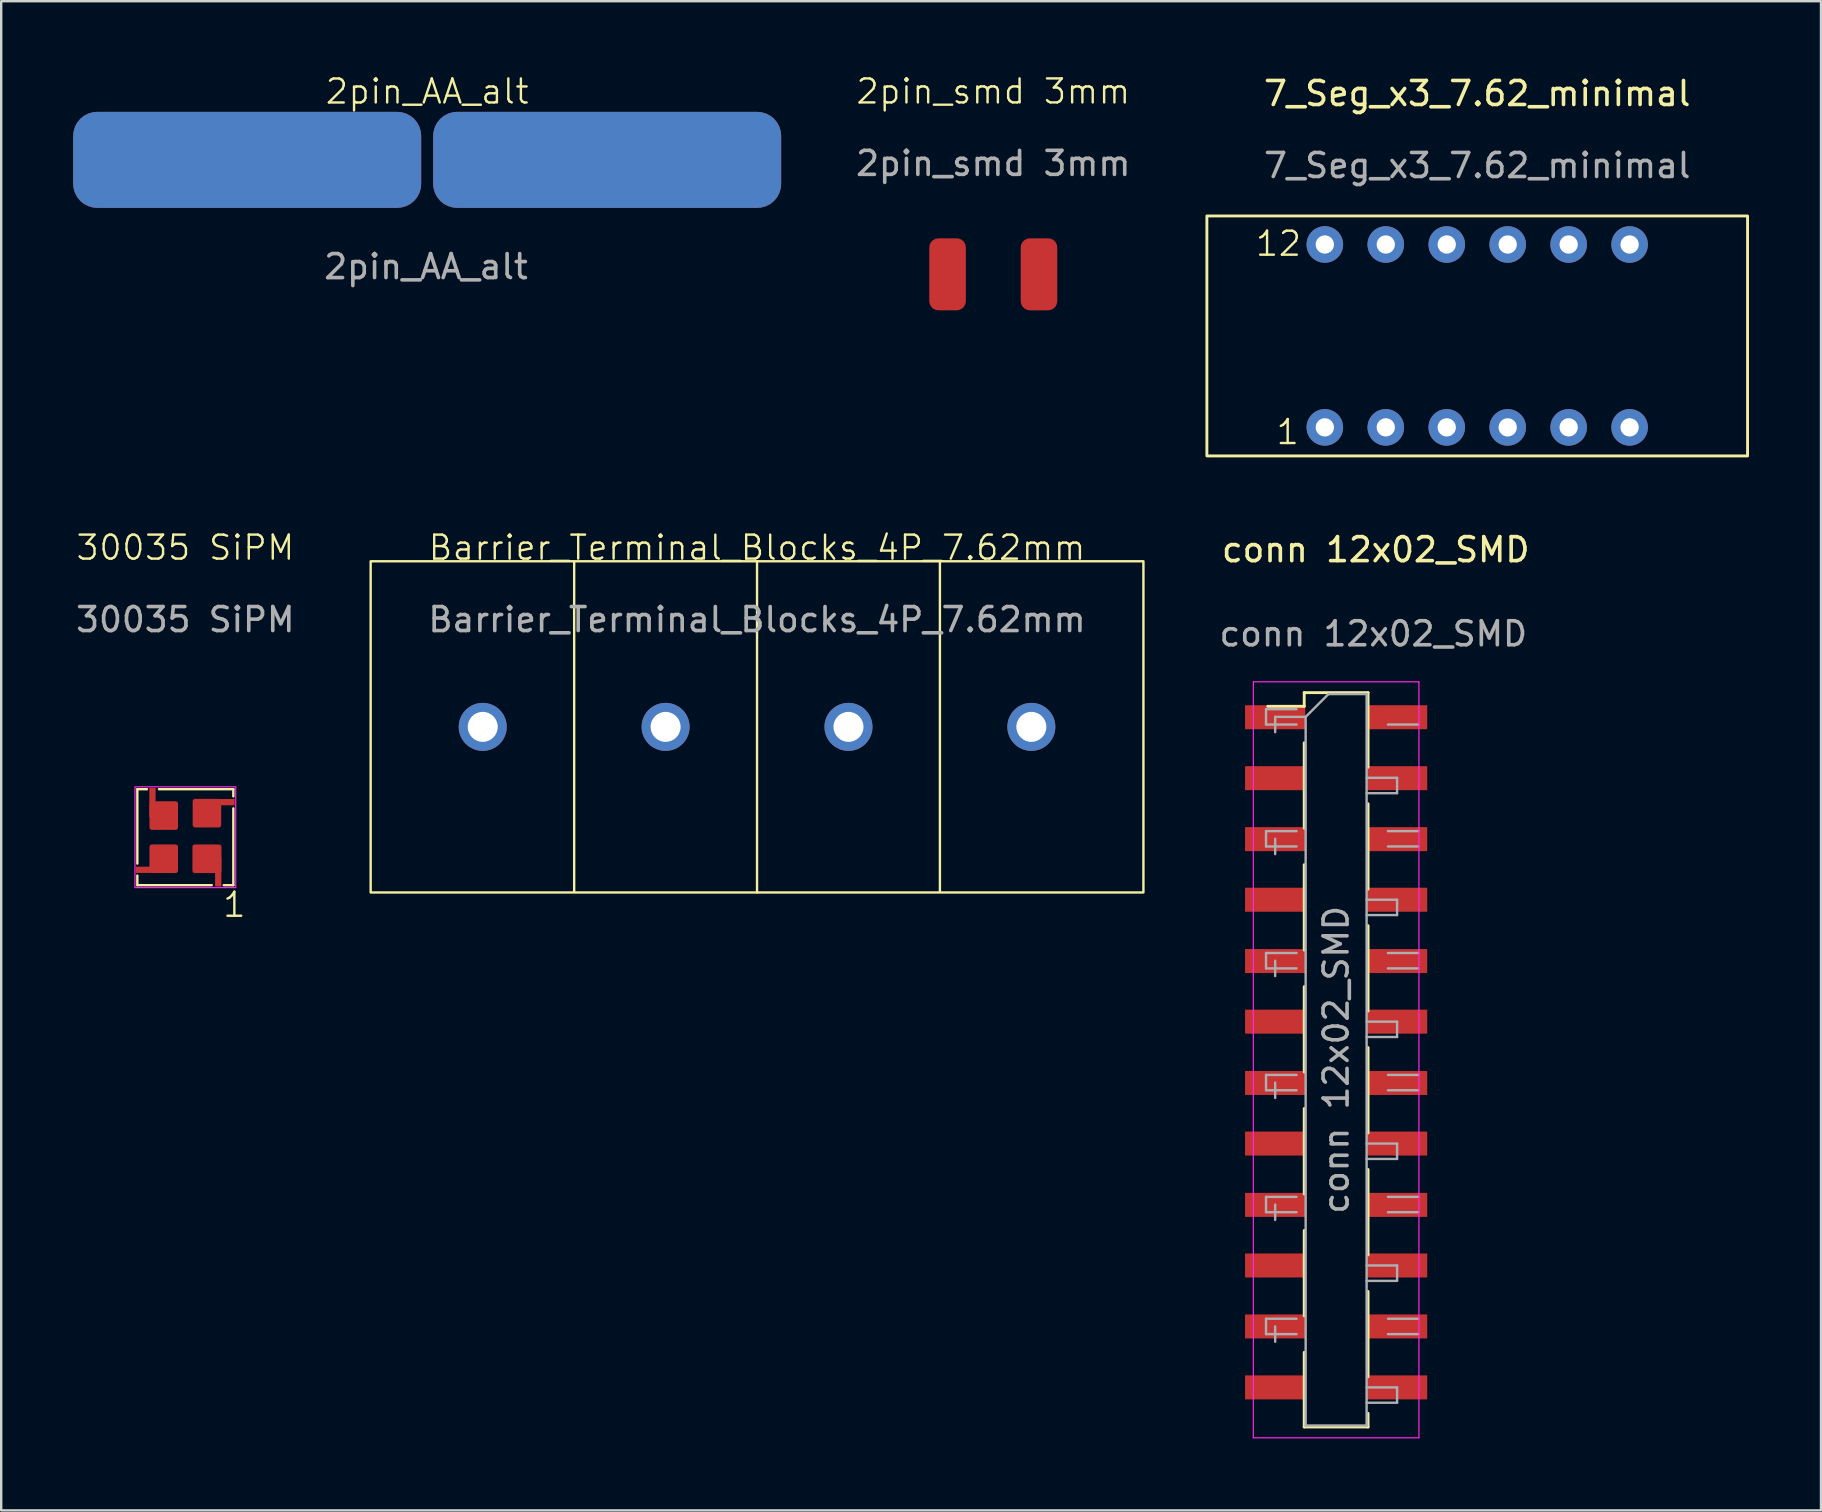
<source format=kicad_pcb>
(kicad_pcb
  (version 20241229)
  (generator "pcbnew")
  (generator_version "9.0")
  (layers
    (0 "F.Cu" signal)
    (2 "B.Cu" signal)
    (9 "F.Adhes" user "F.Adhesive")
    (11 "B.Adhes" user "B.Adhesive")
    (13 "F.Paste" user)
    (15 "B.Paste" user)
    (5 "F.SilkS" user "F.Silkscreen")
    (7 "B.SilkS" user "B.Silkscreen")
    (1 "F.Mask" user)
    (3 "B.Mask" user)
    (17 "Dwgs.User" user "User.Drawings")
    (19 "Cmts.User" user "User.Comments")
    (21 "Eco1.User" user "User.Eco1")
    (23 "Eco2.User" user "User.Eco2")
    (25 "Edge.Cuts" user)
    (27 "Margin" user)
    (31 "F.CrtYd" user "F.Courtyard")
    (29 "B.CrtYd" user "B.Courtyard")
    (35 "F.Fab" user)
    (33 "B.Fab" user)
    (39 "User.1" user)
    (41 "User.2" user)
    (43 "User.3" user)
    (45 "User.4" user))
  (footprint "Barrier_Terminal_Blocks_4P_7.62mm"
    (layer "F.Cu")
    (at 28.495 27.238)
    (property "Reference" "Barrier_Terminal_Blocks_4P_7.62mm" (at 0 -7.469 0) (unlocked yes) (layer "F.SilkS") (effects (font (size 1 1) (thickness 0.1))))
    (attr through_hole)
    (fp_line (start -7.62 -6.858) (end -7.62 6.858) (stroke (width 0.1) (type default)) (layer "F.SilkS"))
    (fp_line (start 0 -6.9) (end 0 6.9) (stroke (width 0.1) (type default)) (layer "F.SilkS"))
    (fp_line (start 7.62 -6.858) (end 7.62 6.858) (stroke (width 0.1) (type default)) (layer "F.SilkS"))
    (fp_rect (start -16.1 -6.9) (end 16.1 6.9) (stroke (width 0.1) (type default)) (fill no) (layer "F.SilkS"))
    (fp_text user "${REFERENCE}" (at 0 -4.469 0) (unlocked yes) (layer "F.Fab") (effects (font (size 1 1) (thickness 0.15))))
    (pad "1" thru_hole circle (at -11.43 0) (size 2 2) (drill 1.25) (layers "*.Cu" "*.Mask"))
    (pad "2" thru_hole circle (at -3.81 0) (size 2 2) (drill 1.25) (layers "*.Cu" "*.Mask"))
    (pad "3" thru_hole circle (at 3.81 0) (size 2 2) (drill 1.25) (layers "*.Cu" "*.Mask"))
    (pad "4" thru_hole circle (at 11.43 0) (size 2 2) (drill 1.25) (layers "*.Cu" "*.Mask")))
  (footprint "2pin_AA_alt"
    (layer "F.Cu")
    (at 14.75 3.611)
    (property "Reference" "2pin_AA_alt" (at 0 -2.85 0) (unlocked yes) (layer "F.SilkS") (effects (font (size 1 1) (thickness 0.1))))
    (attr smd)
    (fp_text user "${REFERENCE}" (at -0.05 4.45 0) (unlocked yes) (layer "F.Fab") (effects (font (size 1 1) (thickness 0.15))))
    (pad "1" smd roundrect (at -7.5 0 90) (size 4 14.5) (layers "F.Cu" "F.Mask" "F.Paste") (roundrect_rratio 0.25))
    (pad "1" smd roundrect (at -7.5 0 90) (size 4 14.5) (layers "F.Mask" "B.Cu" "F.Paste") (roundrect_rratio 0.25))
    (pad "2" smd roundrect (at 7.5 0 90) (size 4 14.5) (layers "F.Cu" "F.Mask" "F.Paste") (roundrect_rratio 0.25))
    (pad "2" smd roundrect (at 7.5 0 90) (size 4 14.5) (layers "F.Mask" "B.Cu" "F.Paste") (roundrect_rratio 0.25)))
  (footprint "30035 SiPM"
    (layer "F.Cu")
    (at 4.673 31.834)
    (property "Reference" "30035 SiPM" (at 0 -12.065 0) (unlocked yes) (layer "F.SilkS") (effects (font (size 1 1) (thickness 0.1))))
    (attr smd)
    (fp_line (start -2 -2) (end -2 1.1) (stroke (width 0.1) (type default)) (layer "F.SilkS"))
    (fp_line (start -2 1.6) (end -2 2) (stroke (width 0.1) (type default)) (layer "F.SilkS"))
    (fp_line (start -2 2) (end 1.1 2) (stroke (width 0.1) (type default)) (layer "F.SilkS"))
    (fp_line (start -1.6 -2) (end -2 -2) (stroke (width 0.1) (type default)) (layer "F.SilkS"))
    (fp_line (start 1.6 2) (end 2 2) (stroke (width 0.1) (type default)) (layer "F.SilkS"))
    (fp_line (start 2 -2) (end -1.1 -2) (stroke (width 0.1) (type default)) (layer "F.SilkS"))
    (fp_line (start 2 -2) (end 2 -1.7) (stroke (width 0.1) (type default)) (layer "F.SilkS"))
    (fp_line (start 2 2) (end 2 -1.2) (stroke (width 0.1) (type default)) (layer "F.SilkS"))
    (fp_rect (start -2.1 -2.1) (end 2.1 2.1) (stroke (width 0.05) (type default)) (fill no) (layer "F.CrtYd"))
    (fp_line (start -0.4 -0.4) (end 0.4 -0.4) (stroke (width 0.1) (type default)) (layer "User.1"))
    (fp_line (start -0.4 0) (end -0.4 -0.4) (stroke (width 0.1) (type default)) (layer "User.1"))
    (fp_line (start -0.4 0.4) (end -0.4 0) (stroke (width 0.1) (type default)) (layer "User.1"))
    (fp_line (start 0.4 -0.4) (end 0.4 0.4) (stroke (width 0.1) (type default)) (layer "User.1"))
    (fp_line (start 0.4 0.4) (end -0.4 0.4) (stroke (width 0.1) (type default)) (layer "User.1"))
    (fp_text user "1" (at 1.5 3.4 0) (unlocked yes) (layer "F.SilkS") (effects (font (size 1 1) (thickness 0.1)) (justify left bottom)))
    (fp_text user "${REFERENCE}" (at 0 -9.065 0) (unlocked yes) (layer "F.Fab") (effects (font (size 1 1) (thickness 0.15))))
    (pad "1" smd roundrect (at 0.9 0.9 90) (size 1.19 1.21) (layers "F.Cu" "F.Mask" "F.Paste") (roundrect_rratio 0.084))
    (pad "1" smd roundrect (at 1.37 1.45 180) (size 0.26 1.21) (layers "F.Cu" "F.Mask" "F.Paste") (roundrect_rratio 0.084))
    (pad "2" smd roundrect (at -1.46 1.36 270) (size 0.26 1.21) (layers "F.Cu" "F.Mask" "F.Paste") (roundrect_rratio 0.084))
    (pad "2" smd roundrect (at -0.9 0.9 90) (size 1.19 1.19) (layers "F.Cu" "F.Mask" "F.Paste") (roundrect_rratio 0.084))
    (pad "3" smd roundrect (at -1.37 -1.45) (size 0.26 1.21) (layers "F.Cu" "F.Mask" "F.Paste") (roundrect_rratio 0.084))
    (pad "3" smd roundrect (at -0.9 -0.9 90) (size 1.19 1.19) (layers "F.Cu" "F.Mask" "F.Paste") (roundrect_rratio 0.084))
    (pad "4" smd roundrect (at 0.9 -1 90) (size 1.19 1.19) (layers "F.Cu" "F.Mask" "F.Paste") (roundrect_rratio 0.084))
    (pad "4" smd roundrect (at 1.45 -1.46 90) (size 0.26 1.21) (layers "F.Cu" "F.Mask" "F.Paste") (roundrect_rratio 0.084)))
  (footprint "7_Seg_x3_7.62_minimal"
    (layer "F.Cu")
    (at 58.504 10.948)
    (property "Reference" "7_Seg_x3_7.62_minimal" (at 0 -10.1 0) (unlocked yes) (layer "F.SilkS") (effects (font (size 1 1) (thickness 0.15))))
    (attr through_hole)
    (fp_rect (start -11.265 -5) (end 11.265 5) (stroke (width 0.12) (type solid)) (fill no) (layer "F.SilkS"))
    (fp_text user "12" (at -9.3 -3.26 0) (unlocked yes) (layer "F.SilkS") (effects (font (size 1 1) (thickness 0.1)) (justify left bottom)))
    (fp_text user "1" (at -8.44 4.59 0) (unlocked yes) (layer "F.SilkS") (effects (font (size 1 1) (thickness 0.1)) (justify left bottom)))
    (fp_text user "${REFERENCE}" (at 0 -7.1 0) (unlocked yes) (layer "F.Fab") (effects (font (size 1 1) (thickness 0.15))))
    (pad "1" thru_hole circle (at -6.35 3.81) (size 1.524 1.524) (drill 0.762) (layers "*.Cu" "*.Mask"))
    (pad "2" thru_hole circle (at -3.81 3.81) (size 1.524 1.524) (drill 0.762) (layers "*.Cu" "*.Mask"))
    (pad "3" thru_hole circle (at -1.27 3.81) (size 1.524 1.524) (drill 0.762) (layers "*.Cu" "*.Mask"))
    (pad "4" thru_hole circle (at 1.27 3.81) (size 1.524 1.524) (drill 0.762) (layers "*.Cu" "*.Mask"))
    (pad "5" thru_hole circle (at 3.81 3.81) (size 1.524 1.524) (drill 0.762) (layers "*.Cu" "*.Mask"))
    (pad "6" thru_hole circle (at 6.35 3.81) (size 1.524 1.524) (drill 0.762) (layers "*.Cu" "*.Mask"))
    (pad "7" thru_hole circle (at 6.35 -3.81) (size 1.524 1.524) (drill 0.762) (layers "*.Cu" "*.Mask"))
    (pad "8" thru_hole circle (at 3.81 -3.81) (size 1.524 1.524) (drill 0.762) (layers "*.Cu" "*.Mask"))
    (pad "9" thru_hole circle (at 1.27 -3.81) (size 1.524 1.524) (drill 0.762) (layers "*.Cu" "*.Mask"))
    (pad "10" thru_hole circle (at -1.27 -3.81) (size 1.524 1.524) (drill 0.762) (layers "*.Cu" "*.Mask"))
    (pad "11" thru_hole circle (at -3.81 -3.81) (size 1.524 1.524) (drill 0.762) (layers "*.Cu" "*.Mask"))
    (pad "12" thru_hole circle (at -6.35 -3.81) (size 1.524 1.524) (drill 0.762) (layers "*.Cu" "*.Mask")))
  (footprint "2pin_smd 3mm"
    (layer "F.Cu")
    (at 38.339 8.38)
    (property "Reference" "2pin_smd 3mm" (at 0 -7.62 0) (unlocked yes) (layer "F.SilkS") (effects (font (size 1 1) (thickness 0.1))))
    (attr smd)
    (fp_text user "${REFERENCE}" (at 0 -4.62 0) (unlocked yes) (layer "F.Fab") (effects (font (size 1 1) (thickness 0.15))))
    (pad "1" smd roundrect (at -1.905 0 90) (size 3 1.524) (layers "F.Cu" "F.Mask" "F.Paste") (roundrect_rratio 0.25))
    (pad "2" smd roundrect (at 1.905 0 90) (size 3 1.524) (layers "F.Cu" "F.Mask" "F.Paste") (roundrect_rratio 0.25)))
  (footprint "conn 12x02_SMD"
    (layer "F.Cu")
    (at 54.276 39.856)
    (property "Reference" "conn 12x02_SMD" (at 0 -20 0) (unlocked yes) (layer "F.SilkS") (effects (font (size 1 1) (thickness 0.15))))
    (attr smd)
    (fp_line (start -2.981 -14.045) (end -2.981 -13.475) (stroke (width 0.12) (type solid)) (layer "F.SilkS"))
    (fp_line (start -2.981 -14.045) (end -0.321 -14.045) (stroke (width 0.12) (type solid)) (layer "F.SilkS"))
    (fp_line (start -2.981 -13.475) (end -4.501 -13.475) (stroke (width 0.12) (type solid)) (layer "F.SilkS"))
    (fp_line (start -2.981 -11.955) (end -2.981 -8.395) (stroke (width 0.12) (type solid)) (layer "F.SilkS"))
    (fp_line (start -2.981 -6.875) (end -2.981 -3.315) (stroke (width 0.12) (type solid)) (layer "F.SilkS"))
    (fp_line (start -2.981 -1.795) (end -2.981 1.765) (stroke (width 0.12) (type solid)) (layer "F.SilkS"))
    (fp_line (start -2.981 3.285) (end -2.981 6.845) (stroke (width 0.12) (type solid)) (layer "F.SilkS"))
    (fp_line (start -2.981 8.365) (end -2.981 11.925) (stroke (width 0.12) (type solid)) (layer "F.SilkS"))
    (fp_line (start -2.981 13.445) (end -2.981 16.555) (stroke (width 0.12) (type solid)) (layer "F.SilkS"))
    (fp_line (start -2.981 16.555) (end -0.321 16.555) (stroke (width 0.12) (type solid)) (layer "F.SilkS"))
    (fp_line (start -0.321 -14.045) (end -0.321 -10.935) (stroke (width 0.12) (type solid)) (layer "F.SilkS"))
    (fp_line (start -0.321 -9.415) (end -0.321 -5.855) (stroke (width 0.12) (type solid)) (layer "F.SilkS"))
    (fp_line (start -0.321 -4.335) (end -0.321 -0.775) (stroke (width 0.12) (type solid)) (layer "F.SilkS"))
    (fp_line (start -0.321 0.745) (end -0.321 4.305) (stroke (width 0.12) (type solid)) (layer "F.SilkS"))
    (fp_line (start -0.321 5.825) (end -0.321 9.385) (stroke (width 0.12) (type solid)) (layer "F.SilkS"))
    (fp_line (start -0.321 10.905) (end -0.321 14.465) (stroke (width 0.12) (type solid)) (layer "F.SilkS"))
    (fp_line (start -0.321 15.985) (end -0.321 16.555) (stroke (width 0.12) (type solid)) (layer "F.SilkS"))
    (fp_line (start -5.101 -14.495) (end -5.101 17.005) (stroke (width 0.05) (type solid)) (layer "F.CrtYd"))
    (fp_line (start -5.101 17.005) (end 1.799 17.005) (stroke (width 0.05) (type solid)) (layer "F.CrtYd"))
    (fp_line (start 1.799 -14.495) (end -5.101 -14.495) (stroke (width 0.05) (type solid)) (layer "F.CrtYd"))
    (fp_line (start 1.799 17.005) (end 1.799 -14.495) (stroke (width 0.05) (type solid)) (layer "F.CrtYd"))
    (fp_line (start -4.572 -13.355) (end -4.572 -12.715) (stroke (width 0.1) (type solid)) (layer "F.Fab"))
    (fp_line (start -4.572 -12.715) (end -3.302 -12.715) (stroke (width 0.1) (type solid)) (layer "F.Fab"))
    (fp_line (start -4.572 -8.275) (end -4.572 -7.635) (stroke (width 0.1) (type solid)) (layer "F.Fab"))
    (fp_line (start -4.572 -7.635) (end -3.302 -7.635) (stroke (width 0.1) (type solid)) (layer "F.Fab"))
    (fp_line (start -4.572 -3.195) (end -4.572 -2.555) (stroke (width 0.1) (type solid)) (layer "F.Fab"))
    (fp_line (start -4.572 -2.555) (end -3.302 -2.555) (stroke (width 0.1) (type solid)) (layer "F.Fab"))
    (fp_line (start -4.572 1.885) (end -4.572 2.525) (stroke (width 0.1) (type solid)) (layer "F.Fab"))
    (fp_line (start -4.572 2.525) (end -3.302 2.525) (stroke (width 0.1) (type solid)) (layer "F.Fab"))
    (fp_line (start -4.572 6.965) (end -4.572 7.605) (stroke (width 0.1) (type solid)) (layer "F.Fab"))
    (fp_line (start -4.572 7.605) (end -3.302 7.605) (stroke (width 0.1) (type solid)) (layer "F.Fab"))
    (fp_line (start -4.572 12.045) (end -4.572 12.685) (stroke (width 0.1) (type solid)) (layer "F.Fab"))
    (fp_line (start -4.572 12.685) (end -3.302 12.685) (stroke (width 0.1) (type solid)) (layer "F.Fab"))
    (fp_line (start -4.191 -13.035) (end -4.191 -12.395) (stroke (width 0.1) (type solid)) (layer "F.Fab"))
    (fp_line (start -4.191 -7.955) (end -4.191 -7.315) (stroke (width 0.1) (type solid)) (layer "F.Fab"))
    (fp_line (start -4.191 -2.875) (end -4.191 -2.235) (stroke (width 0.1) (type solid)) (layer "F.Fab"))
    (fp_line (start -4.191 2.205) (end -4.191 2.845) (stroke (width 0.1) (type solid)) (layer "F.Fab"))
    (fp_line (start -4.191 7.285) (end -4.191 7.925) (stroke (width 0.1) (type solid)) (layer "F.Fab"))
    (fp_line (start -4.191 12.365) (end -4.191 13.005) (stroke (width 0.1) (type solid)) (layer "F.Fab"))
    (fp_line (start -3.302 -13.355) (end -4.572 -13.355) (stroke (width 0.1) (type solid)) (layer "F.Fab"))
    (fp_line (start -3.302 -8.275) (end -4.572 -8.275) (stroke (width 0.1) (type solid)) (layer "F.Fab"))
    (fp_line (start -3.302 -3.195) (end -4.572 -3.195) (stroke (width 0.1) (type solid)) (layer "F.Fab"))
    (fp_line (start -3.302 1.885) (end -4.572 1.885) (stroke (width 0.1) (type solid)) (layer "F.Fab"))
    (fp_line (start -3.302 6.965) (end -4.572 6.965) (stroke (width 0.1) (type solid)) (layer "F.Fab"))
    (fp_line (start -3.302 12.045) (end -4.572 12.045) (stroke (width 0.1) (type solid)) (layer "F.Fab"))
    (fp_line (start -2.921 -13.035) (end -4.191 -13.035) (stroke (width 0.1) (type solid)) (layer "F.Fab"))
    (fp_line (start -2.921 -13.035) (end -1.971 -13.985) (stroke (width 0.1) (type solid)) (layer "F.Fab"))
    (fp_line (start -2.921 16.495) (end -2.921 -13.035) (stroke (width 0.1) (type solid)) (layer "F.Fab"))
    (fp_line (start -1.971 -13.985) (end -0.381 -13.985) (stroke (width 0.1) (type solid)) (layer "F.Fab"))
    (fp_line (start -0.381 -13.985) (end -0.381 16.495) (stroke (width 0.1) (type solid)) (layer "F.Fab"))
    (fp_line (start -0.381 -10.495) (end 0.889 -10.495) (stroke (width 0.1) (type solid)) (layer "F.Fab"))
    (fp_line (start -0.381 -5.415) (end 0.889 -5.415) (stroke (width 0.1) (type solid)) (layer "F.Fab"))
    (fp_line (start -0.381 -0.335) (end 0.889 -0.335) (stroke (width 0.1) (type solid)) (layer "F.Fab"))
    (fp_line (start -0.381 4.745) (end 0.889 4.745) (stroke (width 0.1) (type solid)) (layer "F.Fab"))
    (fp_line (start -0.381 9.825) (end 0.889 9.825) (stroke (width 0.1) (type solid)) (layer "F.Fab"))
    (fp_line (start -0.381 14.905) (end 0.889 14.905) (stroke (width 0.1) (type solid)) (layer "F.Fab"))
    (fp_line (start -0.381 16.495) (end -2.921 16.495) (stroke (width 0.1) (type solid)) (layer "F.Fab"))
    (fp_line (start 0.508 -12.715) (end 1.778 -12.715) (stroke (width 0.1) (type solid)) (layer "F.Fab"))
    (fp_line (start 0.508 -7.635) (end 1.778 -7.635) (stroke (width 0.1) (type solid)) (layer "F.Fab"))
    (fp_line (start 0.508 -2.555) (end 1.778 -2.555) (stroke (width 0.1) (type solid)) (layer "F.Fab"))
    (fp_line (start 0.508 2.525) (end 1.778 2.525) (stroke (width 0.1) (type solid)) (layer "F.Fab"))
    (fp_line (start 0.508 7.605) (end 1.778 7.605) (stroke (width 0.1) (type solid)) (layer "F.Fab"))
    (fp_line (start 0.508 12.685) (end 1.778 12.685) (stroke (width 0.1) (type solid)) (layer "F.Fab"))
    (fp_line (start 0.889 -10.495) (end 0.889 -9.855) (stroke (width 0.1) (type solid)) (layer "F.Fab"))
    (fp_line (start 0.889 -9.855) (end -0.381 -9.855) (stroke (width 0.1) (type solid)) (layer "F.Fab"))
    (fp_line (start 0.889 -5.415) (end 0.889 -4.775) (stroke (width 0.1) (type solid)) (layer "F.Fab"))
    (fp_line (start 0.889 -4.775) (end -0.381 -4.775) (stroke (width 0.1) (type solid)) (layer "F.Fab"))
    (fp_line (start 0.889 -0.335) (end 0.889 0.305) (stroke (width 0.1) (type solid)) (layer "F.Fab"))
    (fp_line (start 0.889 0.305) (end -0.381 0.305) (stroke (width 0.1) (type solid)) (layer "F.Fab"))
    (fp_line (start 0.889 4.745) (end 0.889 5.385) (stroke (width 0.1) (type solid)) (layer "F.Fab"))
    (fp_line (start 0.889 5.385) (end -0.381 5.385) (stroke (width 0.1) (type solid)) (layer "F.Fab"))
    (fp_line (start 0.889 9.825) (end 0.889 10.465) (stroke (width 0.1) (type solid)) (layer "F.Fab"))
    (fp_line (start 0.889 10.465) (end -0.381 10.465) (stroke (width 0.1) (type solid)) (layer "F.Fab"))
    (fp_line (start 0.889 14.905) (end 0.889 15.545) (stroke (width 0.1) (type solid)) (layer "F.Fab"))
    (fp_line (start 0.889 15.545) (end -0.381 15.545) (stroke (width 0.1) (type solid)) (layer "F.Fab"))
    (fp_line (start 1.778 -8.275) (end 0.508 -8.275) (stroke (width 0.1) (type solid)) (layer "F.Fab"))
    (fp_line (start 1.778 -3.195) (end 0.508 -3.195) (stroke (width 0.1) (type solid)) (layer "F.Fab"))
    (fp_line (start 1.778 1.885) (end 0.508 1.885) (stroke (width 0.1) (type solid)) (layer "F.Fab"))
    (fp_line (start 1.778 6.965) (end 0.508 6.965) (stroke (width 0.1) (type solid)) (layer "F.Fab"))
    (fp_line (start 1.778 12.045) (end 0.508 12.045) (stroke (width 0.1) (type solid)) (layer "F.Fab"))
    (fp_text user "${REFERENCE}" (at -0.101 -16.495 0) (unlocked yes) (layer "F.Fab") (effects (font (size 1 1) (thickness 0.15))))
    (fp_text user "${REFERENCE}" (at -1.651 1.255 90) (layer "F.Fab") (effects (font (size 1 1) (thickness 0.15))))
    (pad "1" smd rect (at -4.191 -13.02) (size 2.51 1) (layers "F.Cu" "F.Mask" "F.Paste"))
    (pad "2" smd rect (at 0.889 -13.02) (size 2.51 1) (layers "F.Cu" "F.Mask" "F.Paste"))
    (pad "3" smd rect (at -4.191 -10.48) (size 2.51 1) (layers "F.Cu" "F.Mask" "F.Paste"))
    (pad "4" smd rect (at 0.889 -10.48) (size 2.51 1) (layers "F.Cu" "F.Mask" "F.Paste"))
    (pad "5" smd rect (at -4.191 -7.94) (size 2.51 1) (layers "F.Cu" "F.Mask" "F.Paste"))
    (pad "6" smd rect (at 0.889 -7.94) (size 2.51 1) (layers "F.Cu" "F.Mask" "F.Paste"))
    (pad "7" smd rect (at -4.191 -5.415) (size 2.51 1) (layers "F.Cu" "F.Mask" "F.Paste"))
    (pad "8" smd rect (at 0.889 -5.415) (size 2.51 1) (layers "F.Cu" "F.Mask" "F.Paste"))
    (pad "9" smd rect (at -4.191 -2.86) (size 2.51 1) (layers "F.Cu" "F.Mask" "F.Paste"))
    (pad "10" smd rect (at 0.889 -2.86) (size 2.51 1) (layers "F.Cu" "F.Mask" "F.Paste"))
    (pad "11" smd rect (at -4.191 -0.335) (size 2.51 1) (layers "F.Cu" "F.Mask" "F.Paste"))
    (pad "12" smd rect (at 0.889 -0.335) (size 2.51 1) (layers "F.Cu" "F.Mask" "F.Paste"))
    (pad "13" smd rect (at -4.191 2.22) (size 2.51 1) (layers "F.Cu" "F.Mask" "F.Paste"))
    (pad "14" smd rect (at 0.889 2.22) (size 2.51 1) (layers "F.Cu" "F.Mask" "F.Paste"))
    (pad "15" smd rect (at -4.191 4.745) (size 2.51 1) (layers "F.Cu" "F.Mask" "F.Paste"))
    (pad "16" smd rect (at 0.889 4.745) (size 2.51 1) (layers "F.Cu" "F.Mask" "F.Paste"))
    (pad "17" smd rect (at -4.191 7.3) (size 2.51 1) (layers "F.Cu" "F.Mask" "F.Paste"))
    (pad "18" smd rect (at 0.889 7.3) (size 2.51 1) (layers "F.Cu" "F.Mask" "F.Paste"))
    (pad "19" smd rect (at -4.191 9.825) (size 2.51 1) (layers "F.Cu" "F.Mask" "F.Paste"))
    (pad "20" smd rect (at 0.889 9.825) (size 2.51 1) (layers "F.Cu" "F.Mask" "F.Paste"))
    (pad "21" smd rect (at -4.191 12.365) (size 2.51 1) (layers "F.Cu" "F.Mask" "F.Paste"))
    (pad "22" smd rect (at 0.889 12.365) (size 2.51 1) (layers "F.Cu" "F.Mask" "F.Paste"))
    (pad "23" smd rect (at -4.191 14.905) (size 2.51 1) (layers "F.Cu" "F.Mask" "F.Paste"))
    (pad "24" smd rect (at 0.889 14.905) (size 2.51 1) (layers "F.Cu" "F.Mask" "F.Paste")))
  (gr_rect
    (start -3 -3)
    (end 72.829 59.886)
    (stroke (width 0.1) (type default))
    (fill no)
    (layer "Edge.Cuts")))
</source>
